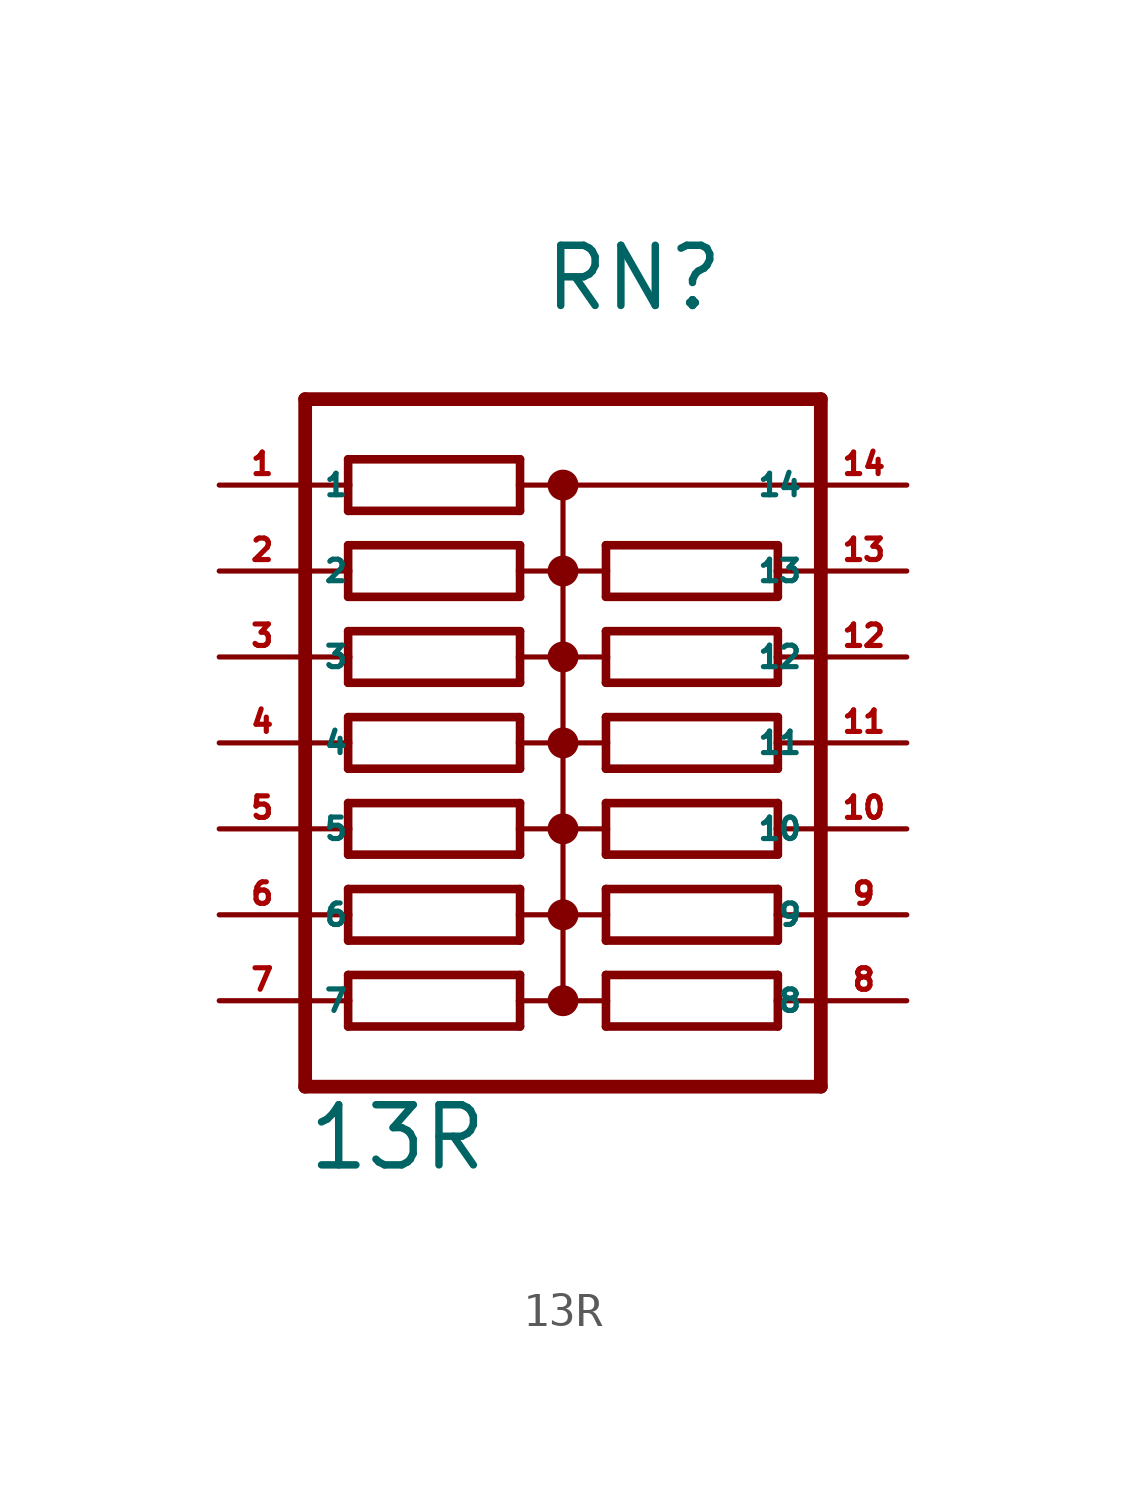
<source format=kicad_sym>
(kicad_symbol_lib
  (version 20220914)
  (generator Eagle2Kicad)
  (symbol "13R"
    (property "Reference" "RN"
      (at -0.635 12.7 0)
      (effects (font (size 1.778 1.778) (thickness 0.22)) (justify left bottom)))
    (property "Value" "13R"
      (at -7.62 -12.7 0)
      (effects (font (size 1.778 1.778) (thickness 0.22)) (justify left bottom)))
    (polyline
      (pts (xy -6.35 6.858) (xy -1.27 6.858))
      (stroke (width 0.254) (type default))
      (fill (type none)))
    (polyline
      (pts (xy -1.27 8.382) (xy -6.35 8.382))
      (stroke (width 0.254) (type default))
      (fill (type none)))
    (polyline
      (pts (xy -1.27 6.858) (xy -1.27 7.62))
      (stroke (width 0.254) (type default))
      (fill (type none)))
    (polyline
      (pts (xy -6.35 8.382) (xy -6.35 7.62))
      (stroke (width 0.254) (type default))
      (fill (type none)))
    (polyline
      (pts (xy -6.35 7.62) (xy -7.62 7.62))
      (stroke (width 0.152) (type default))
      (fill (type none)))
    (polyline
      (pts (xy -6.35 7.62) (xy -6.35 6.858))
      (stroke (width 0.254) (type default))
      (fill (type none)))
    (polyline
      (pts (xy 0 7.62) (xy -1.27 7.62))
      (stroke (width 0.152) (type default))
      (fill (type none)))
    (polyline
      (pts (xy -1.27 7.62) (xy -1.27 8.382))
      (stroke (width 0.254) (type default))
      (fill (type none)))
    (polyline
      (pts (xy 0 7.62) (xy 0 5.08))
      (stroke (width 0.152) (type default))
      (fill (type none)))
    (polyline
      (pts (xy 0 5.08) (xy -1.27 5.08))
      (stroke (width 0.152) (type default))
      (fill (type none)))
    (polyline
      (pts (xy 0 5.08) (xy 0 2.54))
      (stroke (width 0.152) (type default))
      (fill (type none)))
    (polyline
      (pts (xy 0 2.54) (xy -1.27 2.54))
      (stroke (width 0.152) (type default))
      (fill (type none)))
    (polyline
      (pts (xy 0 2.54) (xy 0 0))
      (stroke (width 0.152) (type default))
      (fill (type none)))
    (polyline
      (pts (xy 0 0) (xy -1.27 0))
      (stroke (width 0.152) (type default))
      (fill (type none)))
    (polyline
      (pts (xy 0 0) (xy 0 -2.54))
      (stroke (width 0.152) (type default))
      (fill (type none)))
    (polyline
      (pts (xy 0 -2.54) (xy -1.27 -2.54))
      (stroke (width 0.152) (type default))
      (fill (type none)))
    (polyline
      (pts (xy -7.62 -2.54) (xy -6.35 -2.54))
      (stroke (width 0.152) (type default))
      (fill (type none)))
    (polyline
      (pts (xy -7.62 0) (xy -6.35 0))
      (stroke (width 0.152) (type default))
      (fill (type none)))
    (polyline
      (pts (xy -7.62 2.54) (xy -6.35 2.54))
      (stroke (width 0.152) (type default))
      (fill (type none)))
    (polyline
      (pts (xy -7.62 5.08) (xy -6.35 5.08))
      (stroke (width 0.152) (type default))
      (fill (type none)))
    (polyline
      (pts (xy -6.35 5.08) (xy -6.35 4.318))
      (stroke (width 0.254) (type default))
      (fill (type none)))
    (polyline
      (pts (xy -6.35 5.842) (xy -6.35 5.08))
      (stroke (width 0.254) (type default))
      (fill (type none)))
    (polyline
      (pts (xy -1.27 4.318) (xy -1.27 5.08))
      (stroke (width 0.254) (type default))
      (fill (type none)))
    (polyline
      (pts (xy -1.27 5.08) (xy -1.27 5.842))
      (stroke (width 0.254) (type default))
      (fill (type none)))
    (polyline
      (pts (xy -6.35 4.318) (xy -1.27 4.318))
      (stroke (width 0.254) (type default))
      (fill (type none)))
    (polyline
      (pts (xy -1.27 5.842) (xy -6.35 5.842))
      (stroke (width 0.254) (type default))
      (fill (type none)))
    (polyline
      (pts (xy -6.35 1.778) (xy -1.27 1.778))
      (stroke (width 0.254) (type default))
      (fill (type none)))
    (polyline
      (pts (xy -6.35 -0.762) (xy -1.27 -0.762))
      (stroke (width 0.254) (type default))
      (fill (type none)))
    (polyline
      (pts (xy -6.35 -3.302) (xy -1.27 -3.302))
      (stroke (width 0.254) (type default))
      (fill (type none)))
    (polyline
      (pts (xy -1.27 3.302) (xy -6.35 3.302))
      (stroke (width 0.254) (type default))
      (fill (type none)))
    (polyline
      (pts (xy -1.27 0.762) (xy -6.35 0.762))
      (stroke (width 0.254) (type default))
      (fill (type none)))
    (polyline
      (pts (xy -1.27 -1.778) (xy -6.35 -1.778))
      (stroke (width 0.254) (type default))
      (fill (type none)))
    (polyline
      (pts (xy -1.27 1.778) (xy -1.27 2.54))
      (stroke (width 0.254) (type default))
      (fill (type none)))
    (polyline
      (pts (xy -1.27 -0.762) (xy -1.27 0))
      (stroke (width 0.254) (type default))
      (fill (type none)))
    (polyline
      (pts (xy -1.27 -3.302) (xy -1.27 -2.54))
      (stroke (width 0.254) (type default))
      (fill (type none)))
    (polyline
      (pts (xy -1.27 2.54) (xy -1.27 3.302))
      (stroke (width 0.254) (type default))
      (fill (type none)))
    (polyline
      (pts (xy -1.27 0) (xy -1.27 0.762))
      (stroke (width 0.254) (type default))
      (fill (type none)))
    (polyline
      (pts (xy -1.27 -2.54) (xy -1.27 -1.778))
      (stroke (width 0.254) (type default))
      (fill (type none)))
    (polyline
      (pts (xy -6.35 2.54) (xy -6.35 1.778))
      (stroke (width 0.254) (type default))
      (fill (type none)))
    (polyline
      (pts (xy -6.35 0) (xy -6.35 -0.762))
      (stroke (width 0.254) (type default))
      (fill (type none)))
    (polyline
      (pts (xy -6.35 -2.54) (xy -6.35 -3.302))
      (stroke (width 0.254) (type default))
      (fill (type none)))
    (polyline
      (pts (xy -6.35 3.302) (xy -6.35 2.54))
      (stroke (width 0.254) (type default))
      (fill (type none)))
    (polyline
      (pts (xy -6.35 0.762) (xy -6.35 0))
      (stroke (width 0.254) (type default))
      (fill (type none)))
    (polyline
      (pts (xy -6.35 -1.778) (xy -6.35 -2.54))
      (stroke (width 0.254) (type default))
      (fill (type none)))
    (polyline
      (pts (xy 7.62 10.16) (xy -7.62 10.16))
      (stroke (width 0.406) (type default))
      (fill (type none)))
    (polyline
      (pts (xy -6.35 -5.842) (xy -1.27 -5.842))
      (stroke (width 0.254) (type default))
      (fill (type none)))
    (polyline
      (pts (xy -1.27 -4.318) (xy -6.35 -4.318))
      (stroke (width 0.254) (type default))
      (fill (type none)))
    (polyline
      (pts (xy -1.27 -5.842) (xy -1.27 -5.08))
      (stroke (width 0.254) (type default))
      (fill (type none)))
    (polyline
      (pts (xy -6.35 -4.318) (xy -6.35 -5.08))
      (stroke (width 0.254) (type default))
      (fill (type none)))
    (polyline
      (pts (xy -6.35 -5.08) (xy -7.62 -5.08))
      (stroke (width 0.152) (type default))
      (fill (type none)))
    (polyline
      (pts (xy -6.35 -5.08) (xy -6.35 -5.842))
      (stroke (width 0.254) (type default))
      (fill (type none)))
    (polyline
      (pts (xy 0 -5.08) (xy -1.27 -5.08))
      (stroke (width 0.152) (type default))
      (fill (type none)))
    (polyline
      (pts (xy -1.27 -5.08) (xy -1.27 -4.318))
      (stroke (width 0.254) (type default))
      (fill (type none)))
    (polyline
      (pts (xy 0 -5.08) (xy 0 -7.62))
      (stroke (width 0.152) (type default))
      (fill (type none)))
    (polyline
      (pts (xy 0 -7.62) (xy -1.27 -7.62))
      (stroke (width 0.152) (type default))
      (fill (type none)))
    (polyline
      (pts (xy -7.62 -7.62) (xy -6.35 -7.62))
      (stroke (width 0.152) (type default))
      (fill (type none)))
    (polyline
      (pts (xy -6.35 -7.62) (xy -6.35 -8.382))
      (stroke (width 0.254) (type default))
      (fill (type none)))
    (polyline
      (pts (xy -6.35 -6.858) (xy -6.35 -7.62))
      (stroke (width 0.254) (type default))
      (fill (type none)))
    (polyline
      (pts (xy -1.27 -8.382) (xy -1.27 -7.62))
      (stroke (width 0.254) (type default))
      (fill (type none)))
    (polyline
      (pts (xy -1.27 -7.62) (xy -1.27 -6.858))
      (stroke (width 0.254) (type default))
      (fill (type none)))
    (polyline
      (pts (xy -6.35 -8.382) (xy -1.27 -8.382))
      (stroke (width 0.254) (type default))
      (fill (type none)))
    (polyline
      (pts (xy -1.27 -6.858) (xy -6.35 -6.858))
      (stroke (width 0.254) (type default))
      (fill (type none)))
    (polyline
      (pts (xy 7.62 10.16) (xy 7.62 7.62))
      (stroke (width 0.406) (type default))
      (fill (type none)))
    (polyline
      (pts (xy 7.62 7.62) (xy 7.62 5.08))
      (stroke (width 0.406) (type default))
      (fill (type none)))
    (polyline
      (pts (xy 7.62 5.08) (xy 7.62 2.54))
      (stroke (width 0.406) (type default))
      (fill (type none)))
    (polyline
      (pts (xy 7.62 2.54) (xy 7.62 0))
      (stroke (width 0.406) (type default))
      (fill (type none)))
    (polyline
      (pts (xy 7.62 0) (xy 7.62 -2.54))
      (stroke (width 0.406) (type default))
      (fill (type none)))
    (polyline
      (pts (xy 7.62 -2.54) (xy 7.62 -5.08))
      (stroke (width 0.406) (type default))
      (fill (type none)))
    (polyline
      (pts (xy 7.62 -5.08) (xy 7.62 -7.62))
      (stroke (width 0.406) (type default))
      (fill (type none)))
    (polyline
      (pts (xy 7.62 -7.62) (xy 7.62 -10.16))
      (stroke (width 0.406) (type default))
      (fill (type none)))
    (polyline
      (pts (xy 7.62 -10.16) (xy -7.62 -10.16))
      (stroke (width 0.406) (type default))
      (fill (type none)))
    (polyline
      (pts (xy -7.62 10.16) (xy -7.62 -10.16))
      (stroke (width 0.406) (type default))
      (fill (type none)))
    (polyline
      (pts (xy 0 -2.54) (xy 0 -5.08))
      (stroke (width 0.152) (type default))
      (fill (type none)))
    (polyline
      (pts (xy 0 7.62) (xy 7.62 7.62))
      (stroke (width 0.152) (type default))
      (fill (type none)))
    (polyline
      (pts (xy 0 -7.62) (xy 1.27 -7.62))
      (stroke (width 0.152) (type default))
      (fill (type none)))
    (polyline
      (pts (xy 0 -5.08) (xy 1.27 -5.08))
      (stroke (width 0.152) (type default))
      (fill (type none)))
    (polyline
      (pts (xy 0 -2.54) (xy 1.27 -2.54))
      (stroke (width 0.152) (type default))
      (fill (type none)))
    (polyline
      (pts (xy 0 0) (xy 1.27 0))
      (stroke (width 0.152) (type default))
      (fill (type none)))
    (polyline
      (pts (xy 7.62 0) (xy 6.35 0))
      (stroke (width 0.152) (type default))
      (fill (type none)))
    (polyline
      (pts (xy 7.62 -2.54) (xy 6.35 -2.54))
      (stroke (width 0.152) (type default))
      (fill (type none)))
    (polyline
      (pts (xy 7.62 -5.08) (xy 6.35 -5.08))
      (stroke (width 0.152) (type default))
      (fill (type none)))
    (polyline
      (pts (xy 7.62 -7.62) (xy 6.35 -7.62))
      (stroke (width 0.152) (type default))
      (fill (type none)))
    (polyline
      (pts (xy 6.35 -7.62) (xy 6.35 -6.858))
      (stroke (width 0.254) (type default))
      (fill (type none)))
    (polyline
      (pts (xy 6.35 -8.382) (xy 6.35 -7.62))
      (stroke (width 0.254) (type default))
      (fill (type none)))
    (polyline
      (pts (xy 1.27 -6.858) (xy 1.27 -7.62))
      (stroke (width 0.254) (type default))
      (fill (type none)))
    (polyline
      (pts (xy 1.27 -7.62) (xy 1.27 -8.382))
      (stroke (width 0.254) (type default))
      (fill (type none)))
    (polyline
      (pts (xy 6.35 -6.858) (xy 1.27 -6.858))
      (stroke (width 0.254) (type default))
      (fill (type none)))
    (polyline
      (pts (xy 1.27 -8.382) (xy 6.35 -8.382))
      (stroke (width 0.254) (type default))
      (fill (type none)))
    (polyline
      (pts (xy 6.35 -4.318) (xy 1.27 -4.318))
      (stroke (width 0.254) (type default))
      (fill (type none)))
    (polyline
      (pts (xy 6.35 -1.778) (xy 1.27 -1.778))
      (stroke (width 0.254) (type default))
      (fill (type none)))
    (polyline
      (pts (xy 6.35 0.762) (xy 1.27 0.762))
      (stroke (width 0.254) (type default))
      (fill (type none)))
    (polyline
      (pts (xy 1.27 -5.842) (xy 6.35 -5.842))
      (stroke (width 0.254) (type default))
      (fill (type none)))
    (polyline
      (pts (xy 1.27 -3.302) (xy 6.35 -3.302))
      (stroke (width 0.254) (type default))
      (fill (type none)))
    (polyline
      (pts (xy 1.27 -0.762) (xy 6.35 -0.762))
      (stroke (width 0.254) (type default))
      (fill (type none)))
    (polyline
      (pts (xy 1.27 -4.318) (xy 1.27 -5.08))
      (stroke (width 0.254) (type default))
      (fill (type none)))
    (polyline
      (pts (xy 1.27 -1.778) (xy 1.27 -2.54))
      (stroke (width 0.254) (type default))
      (fill (type none)))
    (polyline
      (pts (xy 1.27 0.762) (xy 1.27 0))
      (stroke (width 0.254) (type default))
      (fill (type none)))
    (polyline
      (pts (xy 1.27 -5.08) (xy 1.27 -5.842))
      (stroke (width 0.254) (type default))
      (fill (type none)))
    (polyline
      (pts (xy 1.27 -2.54) (xy 1.27 -3.302))
      (stroke (width 0.254) (type default))
      (fill (type none)))
    (polyline
      (pts (xy 1.27 0) (xy 1.27 -0.762))
      (stroke (width 0.254) (type default))
      (fill (type none)))
    (polyline
      (pts (xy 6.35 -5.08) (xy 6.35 -4.318))
      (stroke (width 0.254) (type default))
      (fill (type none)))
    (polyline
      (pts (xy 6.35 -2.54) (xy 6.35 -1.778))
      (stroke (width 0.254) (type default))
      (fill (type none)))
    (polyline
      (pts (xy 6.35 0) (xy 6.35 0.762))
      (stroke (width 0.254) (type default))
      (fill (type none)))
    (polyline
      (pts (xy 6.35 -5.842) (xy 6.35 -5.08))
      (stroke (width 0.254) (type default))
      (fill (type none)))
    (polyline
      (pts (xy 6.35 -3.302) (xy 6.35 -2.54))
      (stroke (width 0.254) (type default))
      (fill (type none)))
    (polyline
      (pts (xy 6.35 -0.762) (xy 6.35 0))
      (stroke (width 0.254) (type default))
      (fill (type none)))
    (polyline
      (pts (xy 6.35 3.302) (xy 1.27 3.302))
      (stroke (width 0.254) (type default))
      (fill (type none)))
    (polyline
      (pts (xy 1.27 1.778) (xy 6.35 1.778))
      (stroke (width 0.254) (type default))
      (fill (type none)))
    (polyline
      (pts (xy 1.27 3.302) (xy 1.27 2.54))
      (stroke (width 0.254) (type default))
      (fill (type none)))
    (polyline
      (pts (xy 6.35 1.778) (xy 6.35 2.54))
      (stroke (width 0.254) (type default))
      (fill (type none)))
    (polyline
      (pts (xy 6.35 2.54) (xy 7.62 2.54))
      (stroke (width 0.152) (type default))
      (fill (type none)))
    (polyline
      (pts (xy 6.35 2.54) (xy 6.35 3.302))
      (stroke (width 0.254) (type default))
      (fill (type none)))
    (polyline
      (pts (xy 0 2.54) (xy 1.27 2.54))
      (stroke (width 0.152) (type default))
      (fill (type none)))
    (polyline
      (pts (xy 1.27 2.54) (xy 1.27 1.778))
      (stroke (width 0.254) (type default))
      (fill (type none)))
    (polyline
      (pts (xy 0 5.08) (xy 1.27 5.08))
      (stroke (width 0.152) (type default))
      (fill (type none)))
    (polyline
      (pts (xy 7.62 5.08) (xy 6.35 5.08))
      (stroke (width 0.152) (type default))
      (fill (type none)))
    (polyline
      (pts (xy 6.35 5.08) (xy 6.35 5.842))
      (stroke (width 0.254) (type default))
      (fill (type none)))
    (polyline
      (pts (xy 6.35 4.318) (xy 6.35 5.08))
      (stroke (width 0.254) (type default))
      (fill (type none)))
    (polyline
      (pts (xy 1.27 5.842) (xy 1.27 5.08))
      (stroke (width 0.254) (type default))
      (fill (type none)))
    (polyline
      (pts (xy 1.27 5.08) (xy 1.27 4.318))
      (stroke (width 0.254) (type default))
      (fill (type none)))
    (polyline
      (pts (xy 6.35 5.842) (xy 1.27 5.842))
      (stroke (width 0.254) (type default))
      (fill (type none)))
    (polyline
      (pts (xy 1.27 4.318) (xy 6.35 4.318))
      (stroke (width 0.254) (type default))
      (fill (type none)))
    (circle
      (center 0 7.62)
      (radius 0.254)
      (stroke (width 0.406) (type default))
      (fill (type none)))
    (circle
      (center 0 5.08)
      (radius 0.254)
      (stroke (width 0.406) (type default))
      (fill (type none)))
    (circle
      (center 0 2.54)
      (radius 0.254)
      (stroke (width 0.406) (type default))
      (fill (type none)))
    (circle
      (center 0 0)
      (radius 0.254)
      (stroke (width 0.406) (type default))
      (fill (type none)))
    (circle
      (center 0 -2.54)
      (radius 0.254)
      (stroke (width 0.406) (type default))
      (fill (type none)))
    (circle
      (center 0 -5.08)
      (radius 0.254)
      (stroke (width 0.406) (type default))
      (fill (type none)))
    (circle
      (center 0 -7.62)
      (radius 0.254)
      (stroke (width 0.406) (type default))
      (fill (type none)))
    (pin passive line
      (at 10.16 7.62 180)
      (length 2.54)
      (name "14" (effects (font (size 0.635 0.635) (thickness 0.08)) (justify left bottom)))
      (number "14" (effects (font (size 0.635 0.635) (thickness 0.08)) (justify left bottom))))
    (pin passive line
      (at -10.16 5.08 0)
      (length 2.54)
      (name "2" (effects (font (size 0.635 0.635) (thickness 0.08)) (justify left bottom)))
      (number "2" (effects (font (size 0.635 0.635) (thickness 0.08)) (justify left bottom))))
    (pin passive line
      (at -10.16 2.54 0)
      (length 2.54)
      (name "3" (effects (font (size 0.635 0.635) (thickness 0.08)) (justify left bottom)))
      (number "3" (effects (font (size 0.635 0.635) (thickness 0.08)) (justify left bottom))))
    (pin passive line
      (at -10.16 0 0)
      (length 2.54)
      (name "4" (effects (font (size 0.635 0.635) (thickness 0.08)) (justify left bottom)))
      (number "4" (effects (font (size 0.635 0.635) (thickness 0.08)) (justify left bottom))))
    (pin passive line
      (at -10.16 -2.54 0)
      (length 2.54)
      (name "5" (effects (font (size 0.635 0.635) (thickness 0.08)) (justify left bottom)))
      (number "5" (effects (font (size 0.635 0.635) (thickness 0.08)) (justify left bottom))))
    (pin passive line
      (at -10.16 -5.08 0)
      (length 2.54)
      (name "6" (effects (font (size 0.635 0.635) (thickness 0.08)) (justify left bottom)))
      (number "6" (effects (font (size 0.635 0.635) (thickness 0.08)) (justify left bottom))))
    (pin passive line
      (at -10.16 -7.62 0)
      (length 2.54)
      (name "7" (effects (font (size 0.635 0.635) (thickness 0.08)) (justify left bottom)))
      (number "7" (effects (font (size 0.635 0.635) (thickness 0.08)) (justify left bottom))))
    (pin passive line
      (at -10.16 7.62 0)
      (length 2.54)
      (name "1" (effects (font (size 0.635 0.635) (thickness 0.08)) (justify left bottom)))
      (number "1" (effects (font (size 0.635 0.635) (thickness 0.08)) (justify left bottom))))
    (pin passive line
      (at 10.16 -7.62 180)
      (length 2.54)
      (name "8" (effects (font (size 0.635 0.635) (thickness 0.08)) (justify left bottom)))
      (number "8" (effects (font (size 0.635 0.635) (thickness 0.08)) (justify left bottom))))
    (pin passive line
      (at 10.16 -5.08 180)
      (length 2.54)
      (name "9" (effects (font (size 0.635 0.635) (thickness 0.08)) (justify left bottom)))
      (number "9" (effects (font (size 0.635 0.635) (thickness 0.08)) (justify left bottom))))
    (pin passive line
      (at 10.16 -2.54 180)
      (length 2.54)
      (name "10" (effects (font (size 0.635 0.635) (thickness 0.08)) (justify left bottom)))
      (number "10" (effects (font (size 0.635 0.635) (thickness 0.08)) (justify left bottom))))
    (pin passive line
      (at 10.16 0 180)
      (length 2.54)
      (name "11" (effects (font (size 0.635 0.635) (thickness 0.08)) (justify left bottom)))
      (number "11" (effects (font (size 0.635 0.635) (thickness 0.08)) (justify left bottom))))
    (pin passive line
      (at 10.16 2.54 180)
      (length 2.54)
      (name "12" (effects (font (size 0.635 0.635) (thickness 0.08)) (justify left bottom)))
      (number "12" (effects (font (size 0.635 0.635) (thickness 0.08)) (justify left bottom))))
    (pin passive line
      (at 10.16 5.08 180)
      (length 2.54)
      (name "13" (effects (font (size 0.635 0.635) (thickness 0.08)) (justify left bottom)))
      (number "13" (effects (font (size 0.635 0.635) (thickness 0.08)) (justify left bottom))))))
</source>
